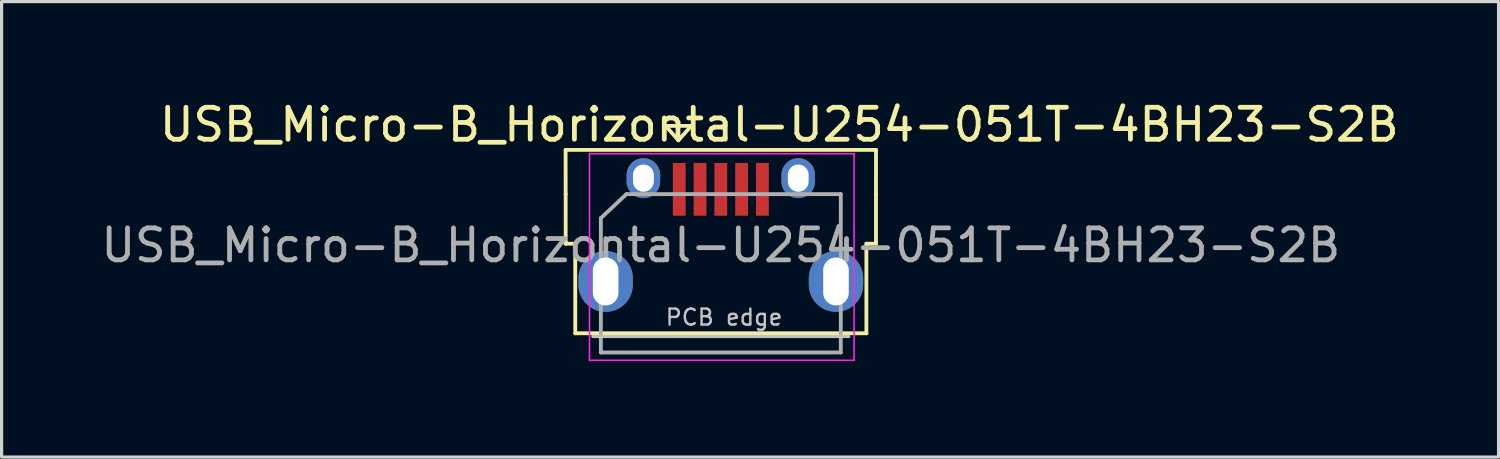
<source format=kicad_pcb>
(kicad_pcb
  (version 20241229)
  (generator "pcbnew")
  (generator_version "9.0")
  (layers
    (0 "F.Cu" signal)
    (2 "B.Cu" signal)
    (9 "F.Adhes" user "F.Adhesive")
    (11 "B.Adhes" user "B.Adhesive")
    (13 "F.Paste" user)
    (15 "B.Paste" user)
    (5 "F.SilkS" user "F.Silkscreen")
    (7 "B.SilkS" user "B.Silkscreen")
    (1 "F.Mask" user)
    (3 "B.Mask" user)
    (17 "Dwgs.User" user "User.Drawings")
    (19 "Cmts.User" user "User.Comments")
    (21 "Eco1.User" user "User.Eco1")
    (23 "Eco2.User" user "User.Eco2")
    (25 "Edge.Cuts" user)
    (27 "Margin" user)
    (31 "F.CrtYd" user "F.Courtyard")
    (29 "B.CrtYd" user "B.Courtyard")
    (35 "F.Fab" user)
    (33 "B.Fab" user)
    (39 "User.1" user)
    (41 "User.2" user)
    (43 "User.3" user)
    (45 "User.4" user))
  (footprint "USB_Micro-B_Horizontal-U254-051T-4BH23-S2B"
    (layer "F.Cu")
    (at 19.507 4.633)
    (property "Reference" "USB_Micro-B_Horizontal-U254-051T-4BH23-S2B" (at 1.803 -3.785 0) (layer "F.SilkS") (effects (font (size 1 1) (thickness 0.15))))
    (attr through_hole)
    (fp_line (start -4.875 -1.615) (end -4.877 -2.997) (stroke (width 0.12) (type solid)) (layer "F.SilkS"))
    (fp_line (start -4.875 -0.065) (end -4.875 -1.615) (stroke (width 0.12) (type solid)) (layer "F.SilkS"))
    (fp_line (start -4.875 -0.065) (end -4.575 -0.065) (stroke (width 0.12) (type solid)) (layer "F.SilkS"))
    (fp_line (start -4.575 2.735) (end -4.575 -0.065) (stroke (width 0.12) (type solid)) (layer "F.SilkS"))
    (fp_line (start -4.575 2.735) (end 4.525 2.735) (stroke (width 0.12) (type solid)) (layer "F.SilkS"))
    (fp_line (start -1.75 -3.747) (end -0.95 -3.747) (stroke (width 0.12) (type solid)) (layer "F.SilkS"))
    (fp_line (start -1.35 -3.297) (end -1.75 -3.747) (stroke (width 0.12) (type solid)) (layer "F.SilkS"))
    (fp_line (start -0.95 -3.747) (end -1.35 -3.297) (stroke (width 0.12) (type solid)) (layer "F.SilkS"))
    (fp_line (start 4.525 -0.065) (end 4.825 -0.065) (stroke (width 0.12) (type solid)) (layer "F.SilkS"))
    (fp_line (start 4.525 2.735) (end 4.525 -0.065) (stroke (width 0.12) (type solid)) (layer "F.SilkS"))
    (fp_line (start 4.825 -1.615) (end 4.826 -2.997) (stroke (width 0.12) (type solid)) (layer "F.SilkS"))
    (fp_line (start 4.825 -0.065) (end 4.825 -1.615) (stroke (width 0.12) (type solid)) (layer "F.SilkS"))
    (fp_line (start 4.826 -2.997) (end -4.877 -2.997) (stroke (width 0.12) (type solid)) (layer "F.SilkS"))
    (fp_line (start -4.025 2.835) (end 3.975 2.835) (stroke (width 0.1) (type solid)) (layer "Dwgs.User"))
    (fp_line (start -4.13 -2.88) (end -4.13 3.58) (stroke (width 0.05) (type solid)) (layer "F.CrtYd"))
    (fp_line (start -4.13 -2.88) (end 4.14 -2.88) (stroke (width 0.05) (type solid)) (layer "F.CrtYd"))
    (fp_line (start 4.14 3.58) (end -4.13 3.58) (stroke (width 0.05) (type solid)) (layer "F.CrtYd"))
    (fp_line (start 4.14 3.58) (end 4.14 -2.88) (stroke (width 0.05) (type solid)) (layer "F.CrtYd"))
    (fp_line (start -3.775 -0.865) (end -2.975 -1.615) (stroke (width 0.12) (type solid)) (layer "F.Fab"))
    (fp_line (start -3.775 3.335) (end -3.775 -0.865) (stroke (width 0.12) (type solid)) (layer "F.Fab"))
    (fp_line (start -2.975 -1.615) (end 3.725 -1.615) (stroke (width 0.12) (type solid)) (layer "F.Fab"))
    (fp_line (start 3.725 -1.615) (end 3.725 3.335) (stroke (width 0.12) (type solid)) (layer "F.Fab"))
    (fp_line (start 3.725 3.335) (end -3.775 3.335) (stroke (width 0.12) (type solid)) (layer "F.Fab"))
    (fp_text user "PCB edge" (at 0.076 2.235 0) (layer "Dwgs.User") (effects (font (size 0.5 0.5) (thickness 0.075))))
    (fp_text user "${REFERENCE}" (at -0.025 -0.015 0) (layer "F.Fab") (effects (font (size 1 1) (thickness 0.15))))
    (pad "1" smd rect (at -1.325 -1.765 90) (size 1.65 0.4) (layers "F.Cu" "F.Mask" "F.Paste"))
    (pad "2" smd rect (at -0.675 -1.765 90) (size 1.65 0.4) (layers "F.Cu" "F.Mask" "F.Paste"))
    (pad "3" smd rect (at -0.025 -1.765 90) (size 1.65 0.4) (layers "F.Cu" "F.Mask" "F.Paste"))
    (pad "4" smd rect (at 0.625 -1.765 90) (size 1.65 0.4) (layers "F.Cu" "F.Mask" "F.Paste"))
    (pad "5" smd rect (at 1.275 -1.765 90) (size 1.65 0.4) (layers "F.Cu" "F.Mask" "F.Paste"))
    (pad "6" thru_hole oval (at -3.625 1.115) (size 1.7 1.9) (drill oval 0.8 1.5) (layers "*.Cu" "*.Mask"))
    (pad "6" thru_hole oval (at -2.445 -2.114) (size 1.05 1.25) (drill oval 0.65 0.85) (layers "*.Cu" "*.Mask"))
    (pad "6" thru_hole oval (at 2.395 -2.114) (size 1.05 1.25) (drill oval 0.65 0.85) (layers "*.Cu" "*.Mask"))
    (pad "6" thru_hole oval (at 3.575 1.115) (size 1.7 1.9) (drill oval 0.8 1.5) (layers "*.Cu" "*.Mask")))
  (gr_rect
    (start -3 -3)
    (end 43.793 11.238)
    (stroke (width 0.1) (type default))
    (fill no)
    (layer "Edge.Cuts")))
</source>
